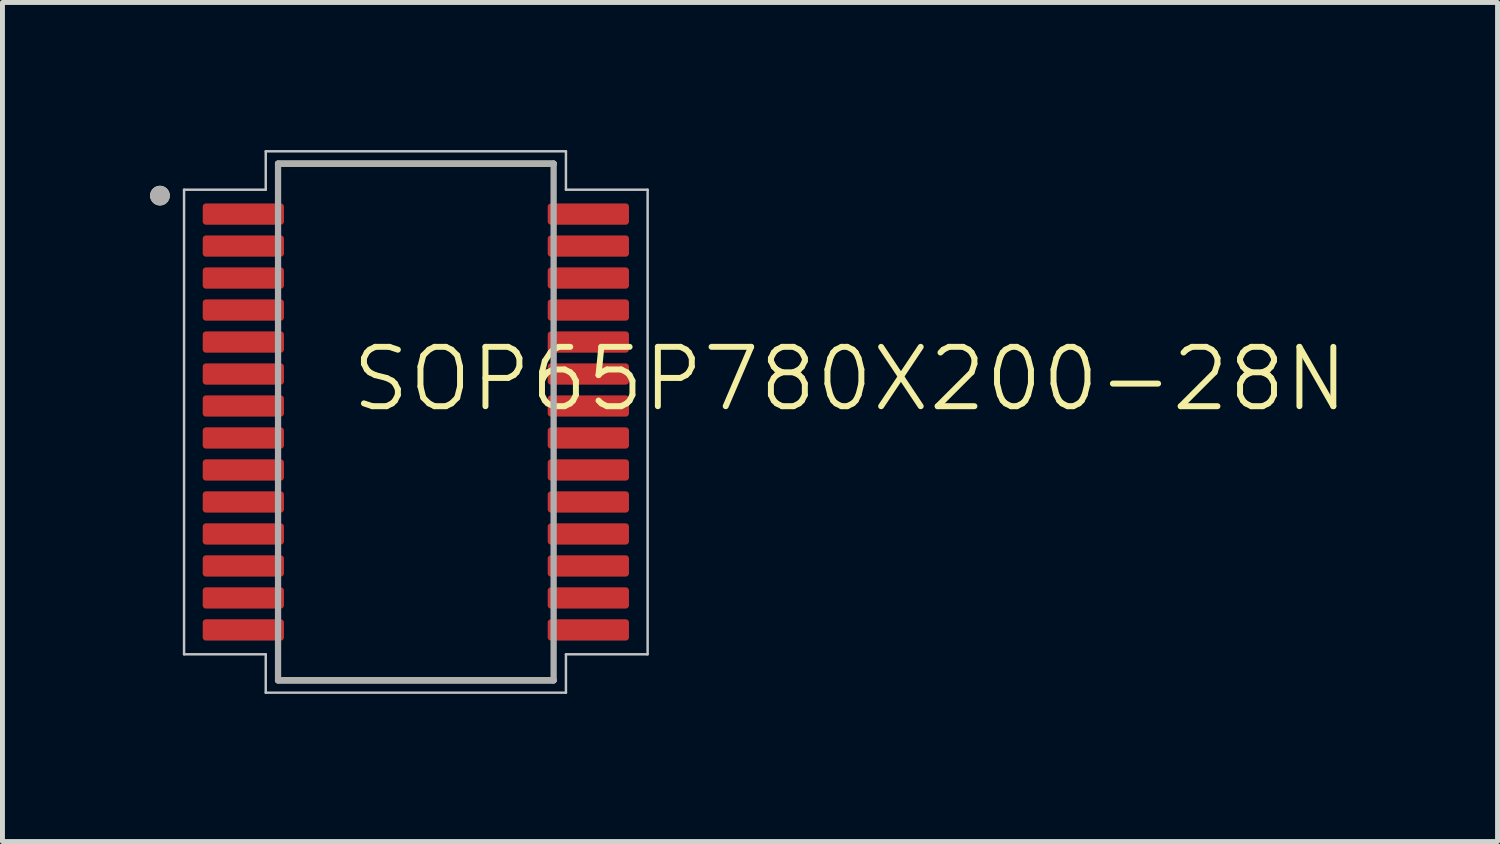
<source format=kicad_pcb>
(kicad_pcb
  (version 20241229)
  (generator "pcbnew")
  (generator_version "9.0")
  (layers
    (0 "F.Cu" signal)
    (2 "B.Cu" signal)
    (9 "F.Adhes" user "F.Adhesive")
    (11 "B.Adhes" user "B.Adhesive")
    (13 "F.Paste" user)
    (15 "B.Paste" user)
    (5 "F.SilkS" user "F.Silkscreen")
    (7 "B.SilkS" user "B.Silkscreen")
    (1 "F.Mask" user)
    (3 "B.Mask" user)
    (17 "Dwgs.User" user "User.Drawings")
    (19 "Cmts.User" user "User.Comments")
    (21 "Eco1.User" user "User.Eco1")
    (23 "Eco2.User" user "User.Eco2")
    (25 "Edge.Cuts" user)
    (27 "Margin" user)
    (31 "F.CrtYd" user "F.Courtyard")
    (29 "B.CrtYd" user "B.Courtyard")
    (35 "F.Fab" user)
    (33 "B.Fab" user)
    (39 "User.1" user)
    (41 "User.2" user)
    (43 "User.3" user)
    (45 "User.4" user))
  (footprint "SOP65P780X200-28N"
    (layer "F.Cu")
    (at 5.4 5.525)
    (property "Reference" "SOP65P780X200-28N" (at -1.364 -0.167 0) (layer "F.SilkS") (effects (font (size 1.206 1.206) (thickness 0.121)) (justify left bottom)))
    (attr through_hole)
    (fp_line (start -2.8 -5.25) (end 2.8 -5.25) (stroke (width 0.127) (type solid)) (layer "F.SilkS"))
    (fp_line (start 2.8 5.25) (end -2.8 5.25) (stroke (width 0.127) (type solid)) (layer "F.SilkS"))
    (fp_circle (center -5.2 -4.6) (end -5.1 -4.6) (stroke (width 0.2) (type solid)) (fill no) (layer "F.SilkS"))
    (fp_line (start -4.71 -4.72) (end -3.05 -4.72) (stroke (width 0.05) (type solid)) (layer "Dwgs.User"))
    (fp_line (start -4.71 4.72) (end -4.71 -4.72) (stroke (width 0.05) (type solid)) (layer "Dwgs.User"))
    (fp_line (start -3.05 -5.5) (end 3.05 -5.5) (stroke (width 0.05) (type solid)) (layer "Dwgs.User"))
    (fp_line (start -3.05 -4.72) (end -3.05 -5.5) (stroke (width 0.05) (type solid)) (layer "Dwgs.User"))
    (fp_line (start -3.05 4.72) (end -4.71 4.72) (stroke (width 0.05) (type solid)) (layer "Dwgs.User"))
    (fp_line (start -3.05 5.5) (end -3.05 4.72) (stroke (width 0.05) (type solid)) (layer "Dwgs.User"))
    (fp_line (start 3.05 -5.5) (end 3.05 -4.72) (stroke (width 0.05) (type solid)) (layer "Dwgs.User"))
    (fp_line (start 3.05 -4.72) (end 4.71 -4.72) (stroke (width 0.05) (type solid)) (layer "Dwgs.User"))
    (fp_line (start 3.05 4.72) (end 3.05 5.5) (stroke (width 0.05) (type solid)) (layer "Dwgs.User"))
    (fp_line (start 3.05 5.5) (end -3.05 5.5) (stroke (width 0.05) (type solid)) (layer "Dwgs.User"))
    (fp_line (start 4.71 -4.72) (end 4.71 4.72) (stroke (width 0.05) (type solid)) (layer "Dwgs.User"))
    (fp_line (start 4.71 4.72) (end 3.05 4.72) (stroke (width 0.05) (type solid)) (layer "Dwgs.User"))
    (fp_line (start -2.8 -5.25) (end 2.8 -5.25) (stroke (width 0.127) (type solid)) (layer "F.Fab"))
    (fp_line (start -2.8 5.25) (end -2.8 -5.25) (stroke (width 0.127) (type solid)) (layer "F.Fab"))
    (fp_line (start 2.8 -5.25) (end 2.8 5.25) (stroke (width 0.127) (type solid)) (layer "F.Fab"))
    (fp_line (start 2.8 5.25) (end -2.8 5.25) (stroke (width 0.127) (type solid)) (layer "F.Fab"))
    (fp_circle (center -5.2 -4.6) (end -5.1 -4.6) (stroke (width 0.2) (type solid)) (fill no) (layer "F.Fab"))
    (pad "1" smd roundrect (at -3.505 -4.225) (size 1.651 0.432) (layers "F.Cu" "F.Mask" "F.Paste") (roundrect_rratio 0.15))
    (pad "2" smd roundrect (at -3.505 -3.575) (size 1.651 0.432) (layers "F.Cu" "F.Mask" "F.Paste") (roundrect_rratio 0.15))
    (pad "3" smd roundrect (at -3.505 -2.925) (size 1.651 0.432) (layers "F.Cu" "F.Mask" "F.Paste") (roundrect_rratio 0.15))
    (pad "4" smd roundrect (at -3.505 -2.275) (size 1.651 0.432) (layers "F.Cu" "F.Mask" "F.Paste") (roundrect_rratio 0.15))
    (pad "5" smd roundrect (at -3.505 -1.625) (size 1.651 0.432) (layers "F.Cu" "F.Mask" "F.Paste") (roundrect_rratio 0.15))
    (pad "6" smd roundrect (at -3.505 -0.975) (size 1.651 0.432) (layers "F.Cu" "F.Mask" "F.Paste") (roundrect_rratio 0.15))
    (pad "7" smd roundrect (at -3.505 -0.325) (size 1.651 0.432) (layers "F.Cu" "F.Mask" "F.Paste") (roundrect_rratio 0.15))
    (pad "8" smd roundrect (at -3.505 0.325) (size 1.651 0.432) (layers "F.Cu" "F.Mask" "F.Paste") (roundrect_rratio 0.15))
    (pad "9" smd roundrect (at -3.505 0.975) (size 1.651 0.432) (layers "F.Cu" "F.Mask" "F.Paste") (roundrect_rratio 0.15))
    (pad "10" smd roundrect (at -3.505 1.625) (size 1.651 0.432) (layers "F.Cu" "F.Mask" "F.Paste") (roundrect_rratio 0.15))
    (pad "11" smd roundrect (at -3.505 2.275) (size 1.651 0.432) (layers "F.Cu" "F.Mask" "F.Paste") (roundrect_rratio 0.15))
    (pad "12" smd roundrect (at -3.505 2.925) (size 1.651 0.432) (layers "F.Cu" "F.Mask" "F.Paste") (roundrect_rratio 0.15))
    (pad "13" smd roundrect (at -3.505 3.575) (size 1.651 0.432) (layers "F.Cu" "F.Mask" "F.Paste") (roundrect_rratio 0.15))
    (pad "14" smd roundrect (at -3.505 4.225) (size 1.651 0.432) (layers "F.Cu" "F.Mask" "F.Paste") (roundrect_rratio 0.15))
    (pad "15" smd roundrect (at 3.505 4.225) (size 1.651 0.432) (layers "F.Cu" "F.Mask" "F.Paste") (roundrect_rratio 0.15))
    (pad "16" smd roundrect (at 3.505 3.575) (size 1.651 0.432) (layers "F.Cu" "F.Mask" "F.Paste") (roundrect_rratio 0.15))
    (pad "17" smd roundrect (at 3.505 2.925) (size 1.651 0.432) (layers "F.Cu" "F.Mask" "F.Paste") (roundrect_rratio 0.15))
    (pad "18" smd roundrect (at 3.505 2.275) (size 1.651 0.432) (layers "F.Cu" "F.Mask" "F.Paste") (roundrect_rratio 0.15))
    (pad "19" smd roundrect (at 3.505 1.625) (size 1.651 0.432) (layers "F.Cu" "F.Mask" "F.Paste") (roundrect_rratio 0.15))
    (pad "20" smd roundrect (at 3.505 0.975) (size 1.651 0.432) (layers "F.Cu" "F.Mask" "F.Paste") (roundrect_rratio 0.15))
    (pad "21" smd roundrect (at 3.505 0.325) (size 1.651 0.432) (layers "F.Cu" "F.Mask" "F.Paste") (roundrect_rratio 0.15))
    (pad "22" smd roundrect (at 3.505 -0.325) (size 1.651 0.432) (layers "F.Cu" "F.Mask" "F.Paste") (roundrect_rratio 0.15))
    (pad "23" smd roundrect (at 3.505 -0.975) (size 1.651 0.432) (layers "F.Cu" "F.Mask" "F.Paste") (roundrect_rratio 0.15))
    (pad "24" smd roundrect (at 3.505 -1.625) (size 1.651 0.432) (layers "F.Cu" "F.Mask" "F.Paste") (roundrect_rratio 0.15))
    (pad "25" smd roundrect (at 3.505 -2.275) (size 1.651 0.432) (layers "F.Cu" "F.Mask" "F.Paste") (roundrect_rratio 0.15))
    (pad "26" smd roundrect (at 3.505 -2.925) (size 1.651 0.432) (layers "F.Cu" "F.Mask" "F.Paste") (roundrect_rratio 0.15))
    (pad "27" smd roundrect (at 3.505 -3.575) (size 1.651 0.432) (layers "F.Cu" "F.Mask" "F.Paste") (roundrect_rratio 0.15))
    (pad "28" smd roundrect (at 3.505 -4.225) (size 1.651 0.432) (layers "F.Cu" "F.Mask" "F.Paste") (roundrect_rratio 0.15)))
  (gr_rect
    (start -3 -3)
    (end 27.38 14.05)
    (stroke (width 0.1) (type default))
    (fill no)
    (layer "Edge.Cuts")))
</source>
